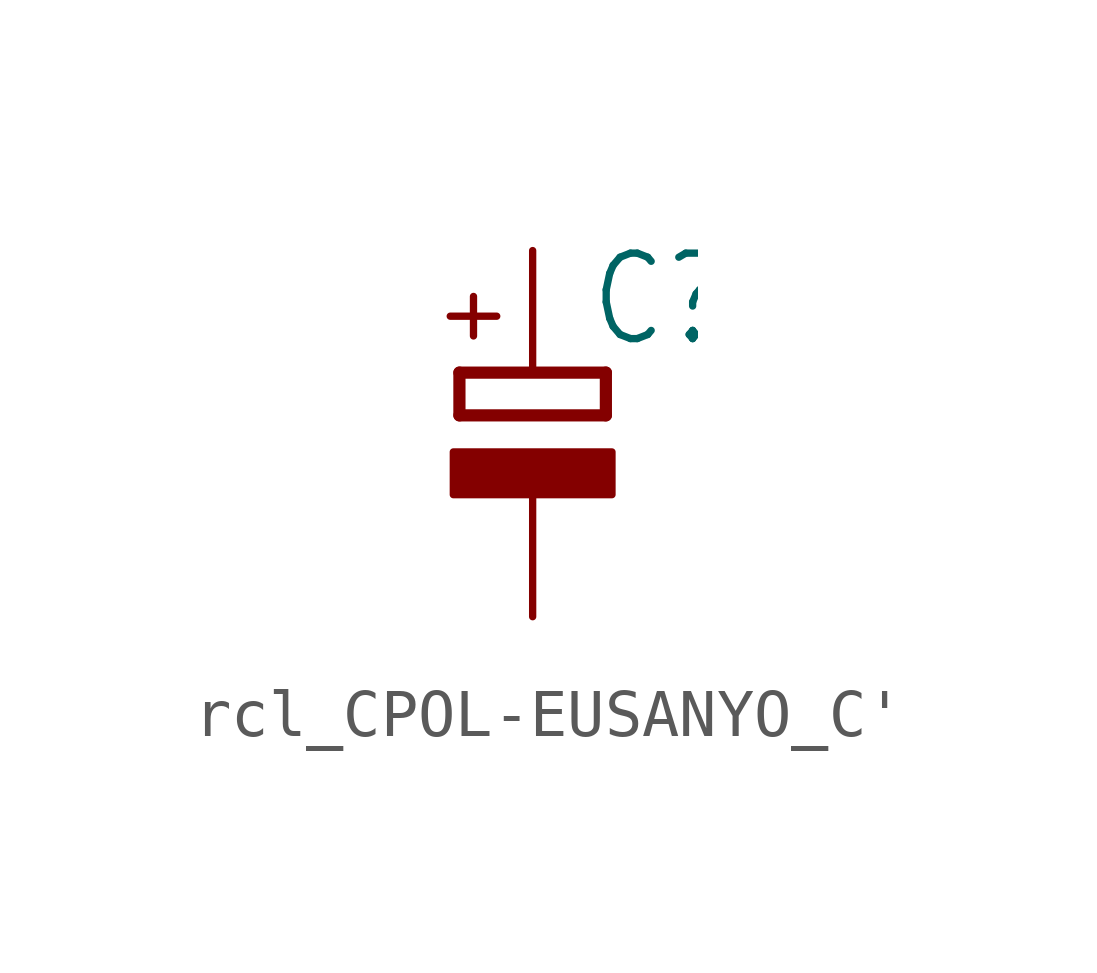
<source format=kicad_sym>
(kicad_symbol_lib
  (version 20241209)
  (generator "kicad_symbol_editor")
  (generator_version "9.0")
  (symbol "rcl_CPOL-EUSANYO_C'"
    (property "Reference" "C"
      (at 1.143 0.483 0)
      (effects (font (size 1.778 1.511)) (justify left bottom)))
    (property "Value" ""
      (at 1.143 -4.597 0)
      (effects (font (size 1.778 1.511)) (justify left bottom)))
    (property "ki_locked" ""
      (at 0 0 0)
      (effects (font (size 1.27 1.27))))
    (symbol "rcl_CPOL-EUSANYO_C'_1_0"
      (rectangle (start -1.651 -2.54) (end 1.651 -1.651) (stroke (width 0) (type default)) (fill (type outline)))
      (polyline (pts (xy -1.524 0) (xy -1.524 -0.889)) (stroke (width 0.254) (type solid)) (fill (type none)))
      (polyline (pts (xy -1.524 0) (xy 1.524 0)) (stroke (width 0.254) (type solid)) (fill (type none)))
      (polyline (pts (xy -1.524 -0.889) (xy 1.524 -0.889)) (stroke (width 0.254) (type solid)) (fill (type none)))
      (polyline (pts (xy 1.524 -0.889) (xy 1.524 0)) (stroke (width 0.254) (type solid)) (fill (type none)))
      (text "+" (at -0.584 0.406 900) (effects (font (size 1.27 1.079)) (justify left bottom)))
      (pin passive line (at 0 2.54 270) (length 2.54) (name "+" (effects (font (size 0 0)))) (number "+" (effects (font (size 0 0)))))
      (pin passive line (at 0 -5.08 90) (length 2.54) (name "-" (effects (font (size 0 0)))) (number "-" (effects (font (size 0 0))))))))
</source>
